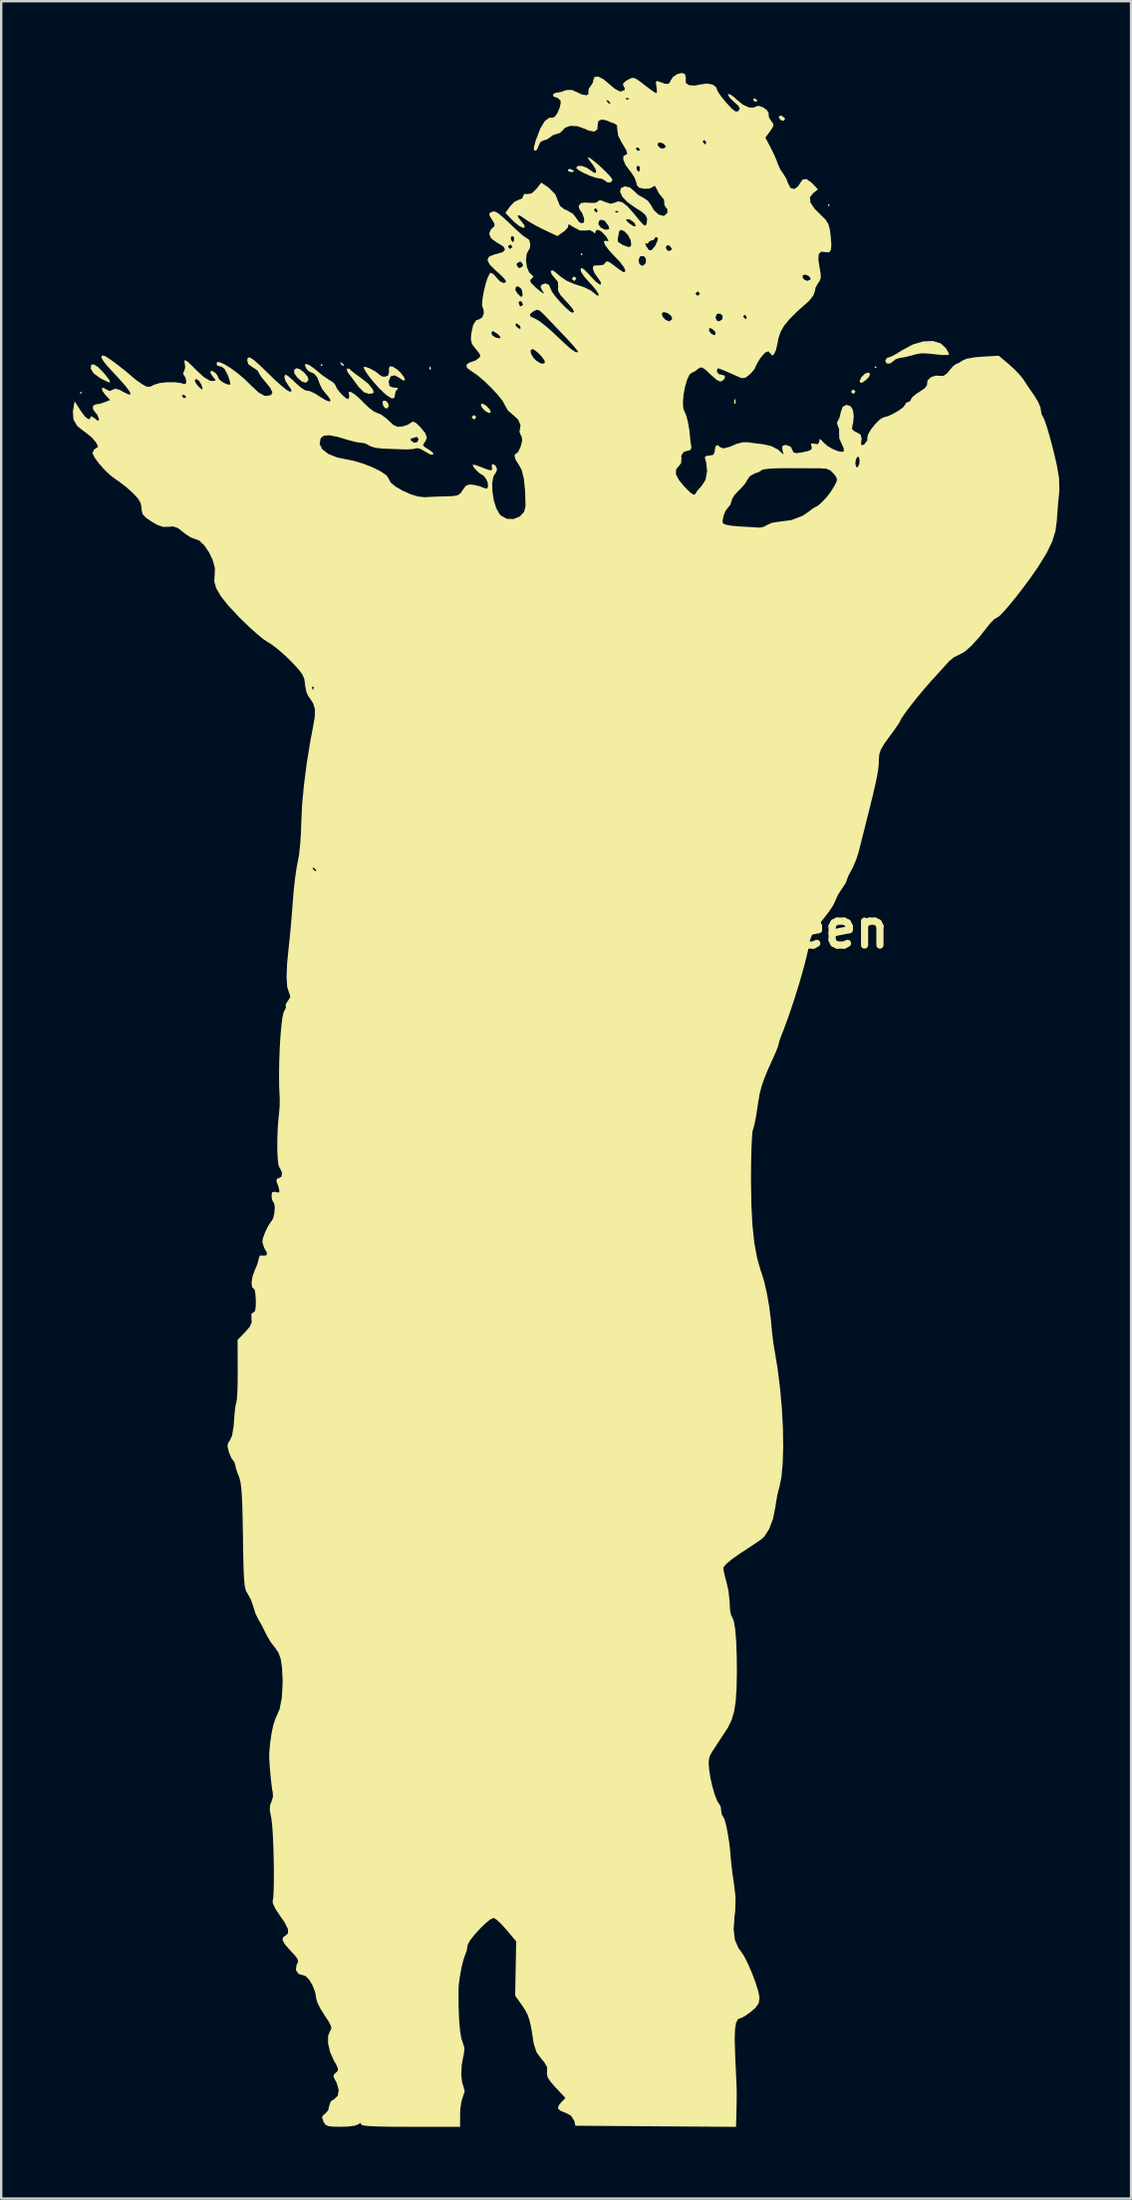
<source format=kicad_pcb>
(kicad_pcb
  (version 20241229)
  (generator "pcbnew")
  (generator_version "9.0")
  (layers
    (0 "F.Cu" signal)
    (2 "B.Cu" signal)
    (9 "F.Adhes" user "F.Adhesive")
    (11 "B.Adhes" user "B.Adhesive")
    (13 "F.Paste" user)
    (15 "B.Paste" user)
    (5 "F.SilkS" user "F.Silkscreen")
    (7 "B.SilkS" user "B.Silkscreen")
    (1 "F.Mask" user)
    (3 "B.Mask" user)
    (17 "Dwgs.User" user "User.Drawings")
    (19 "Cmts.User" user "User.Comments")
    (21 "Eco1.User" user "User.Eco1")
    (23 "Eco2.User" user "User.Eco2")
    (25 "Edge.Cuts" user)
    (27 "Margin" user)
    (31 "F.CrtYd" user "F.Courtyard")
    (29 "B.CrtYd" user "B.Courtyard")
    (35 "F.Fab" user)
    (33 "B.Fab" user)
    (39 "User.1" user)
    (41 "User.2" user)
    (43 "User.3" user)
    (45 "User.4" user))
  (footprint "SAIM_PIC_Silkscreen"
    (layer "F.Cu")
    (at 22.789 35.785)
    (property "Reference" "SAIM_PIC_Silkscreen" (at 0 0 0) (layer "F.SilkS") (effects (font (size 1.5 1.5) (thickness 0.3))))
    (attr board_only exclude_from_pos_files exclude_from_bom)
    (fp_poly (pts (xy -22.414 -22.414) (xy -22.459 -22.37) (xy -22.504 -22.414) (xy -22.459 -22.459)) (stroke (width 0) (type solid)) (fill yes) (layer "F.SilkS"))
    (fp_poly (pts (xy -12.344 -23.573) (xy -12.388 -23.528) (xy -12.433 -23.573) (xy -12.388 -23.618)) (stroke (width 0) (type solid)) (fill yes) (layer "F.SilkS"))
    (fp_poly (pts (xy -1.471 -28.207) (xy -1.515 -28.163) (xy -1.56 -28.207) (xy -1.515 -28.252)) (stroke (width 0) (type solid)) (fill yes) (layer "F.SilkS"))
    (fp_poly (pts (xy 8.868 -30.257) (xy 8.823 -30.213) (xy 8.779 -30.257) (xy 8.823 -30.302)) (stroke (width 0) (type solid)) (fill yes) (layer "F.SilkS"))
    (fp_poly (pts (xy 10.828 -23.484) (xy 10.784 -23.439) (xy 10.739 -23.484) (xy 10.784 -23.528)) (stroke (width 0) (type solid)) (fill yes) (layer "F.SilkS"))
    (fp_poly (pts (xy -7.828 -23.499) (xy -7.817 -23.393) (xy -7.828 -23.38) (xy -7.881 -23.392) (xy -7.887 -23.439) (xy -7.855 -23.513)) (stroke (width 0) (type solid)) (fill yes) (layer "F.SilkS"))
    (fp_poly (pts (xy 4.918 -22.119) (xy 4.929 -21.98) (xy 4.911 -21.948) (xy 4.871 -21.975) (xy 4.864 -22.065) (xy 4.886 -22.16)) (stroke (width 0) (type solid)) (fill yes) (layer "F.SilkS"))
    (fp_poly (pts (xy -11.555 -23.671) (xy -11.46 -23.588) (xy -11.452 -23.568) (xy -11.495 -23.531) (xy -11.583 -23.613) (xy -11.594 -23.631) (xy -11.605 -23.692)) (stroke (width 0) (type solid)) (fill yes) (layer "F.SilkS"))
    (fp_poly (pts (xy -9.612 -21.985) (xy -9.581 -21.874) (xy -9.631 -21.76) (xy -9.735 -21.772) (xy -9.817 -21.883) (xy -9.838 -22.03) (xy -9.82 -22.071) (xy -9.714 -22.082)) (stroke (width 0) (type solid)) (fill yes) (layer "F.SilkS"))
    (fp_poly (pts (xy -5.929 -21.411) (xy -5.927 -21.389) (xy -5.994 -21.303) (xy -6.016 -21.3) (xy -6.102 -21.368) (xy -6.105 -21.389) (xy -6.037 -21.476) (xy -6.016 -21.479)) (stroke (width 0) (type solid)) (fill yes) (layer "F.SilkS"))
    (fp_poly (pts (xy -1.961 -31.76) (xy -1.843 -31.697) (xy -1.827 -31.674) (xy -1.9 -31.642) (xy -1.961 -31.639) (xy -2.079 -31.685) (xy -2.094 -31.725) (xy -2.029 -31.774)) (stroke (width 0) (type solid)) (fill yes) (layer "F.SilkS"))
    (fp_poly (pts (xy -1.74 -27.204) (xy -1.738 -27.182) (xy -1.806 -27.096) (xy -1.827 -27.093) (xy -1.914 -27.161) (xy -1.916 -27.182) (xy -1.848 -27.269) (xy -1.827 -27.272)) (stroke (width 0) (type solid)) (fill yes) (layer "F.SilkS"))
    (fp_poly (pts (xy 5.748 -34.713) (xy 5.833 -34.633) (xy 5.838 -34.619) (xy 5.769 -34.581) (xy 5.748 -34.58) (xy 5.663 -34.648) (xy 5.659 -34.674) (xy 5.714 -34.727)) (stroke (width 0) (type solid)) (fill yes) (layer "F.SilkS"))
    (fp_poly (pts (xy 6.862 -33.988) (xy 6.98 -33.901) (xy 6.996 -33.857) (xy 6.936 -33.782) (xy 6.815 -33.814) (xy 6.788 -33.837) (xy 6.729 -33.955) (xy 6.802 -34.002)) (stroke (width 0) (type solid)) (fill yes) (layer "F.SilkS"))
    (fp_poly (pts (xy 9.935 -22.48) (xy 9.937 -22.459) (xy 9.869 -22.372) (xy 9.848 -22.37) (xy 9.762 -22.438) (xy 9.759 -22.459) (xy 9.827 -22.545) (xy 9.848 -22.548)) (stroke (width 0) (type solid)) (fill yes) (layer "F.SilkS"))
    (fp_poly (pts (xy -5.488 -21.859) (xy -5.35 -21.709) (xy -5.312 -21.59) (xy -5.312 -21.59) (xy -5.397 -21.565) (xy -5.556 -21.662) (xy -5.694 -21.812) (xy -5.731 -21.931) (xy -5.648 -21.957)) (stroke (width 0) (type solid)) (fill yes) (layer "F.SilkS"))
    (fp_poly (pts (xy 10.555 -23.212) (xy 10.51 -23.085) (xy 10.398 -22.963) (xy 10.215 -22.831) (xy 10.125 -22.851) (xy 10.115 -22.911) (xy 10.183 -23.062) (xy 10.331 -23.206) (xy 10.466 -23.261)) (stroke (width 0) (type solid)) (fill yes) (layer "F.SilkS"))
    (fp_poly (pts (xy -13.268 -23.38) (xy -13.1 -23.24) (xy -12.97 -23.077) (xy -12.936 -22.948) (xy -12.936 -22.946) (xy -13.04 -22.834) (xy -13.208 -22.882) (xy -13.399 -23.042) (xy -13.527 -23.225) (xy -13.539 -23.372) (xy -13.434 -23.439) (xy -13.42 -23.439)) (stroke (width 0) (type solid)) (fill yes) (layer "F.SilkS"))
    (fp_poly (pts (xy -21.74 -23.49) (xy -21.509 -23.256) (xy -21.456 -23.194) (xy -21.279 -22.967) (xy -21.226 -22.856) (xy -21.306 -22.855) (xy -21.525 -22.96) (xy -21.657 -23.031) (xy -21.923 -23.224) (xy -22.041 -23.421) (xy -22.043 -23.43) (xy -22.025 -23.584) (xy -21.918 -23.601)) (stroke (width 0) (type solid)) (fill yes) (layer "F.SilkS"))
    (fp_poly (pts (xy -11.228 -23.419) (xy -11.202 -23.392) (xy -11.097 -23.295) (xy -10.897 -23.143) (xy -10.756 -23.044) (xy -10.443 -22.796) (xy -10.253 -22.568) (xy -10.205 -22.42) (xy -10.281 -22.382) (xy -10.42 -22.37) (xy -10.616 -22.436) (xy -10.83 -22.648) (xy -10.907 -22.749) (xy -11.083 -22.989) (xy -11.229 -23.182) (xy -11.28 -23.245) (xy -11.338 -23.373) (xy -11.323 -23.42)) (stroke (width 0) (type solid)) (fill yes) (layer "F.SilkS"))
    (fp_poly (pts (xy 13.506 -24.478) (xy 13.718 -24.283) (xy 13.82 -24.11) (xy 13.859 -24.013) (xy 13.779 -23.991) (xy 13.574 -23.993) (xy 13.391 -24.009) (xy 13.036 -24.047) (xy 12.802 -24.063) (xy 12.633 -24.056) (xy 12.471 -24.023) (xy 12.299 -23.975) (xy 12.036 -23.909) (xy 11.827 -23.874) (xy 11.792 -23.872) (xy 11.61 -23.809) (xy 11.536 -23.745) (xy 11.384 -23.635) (xy 11.246 -23.637) (xy 11.185 -23.749) (xy 11.185 -23.751) (xy 11.252 -23.869) (xy 11.31 -23.885) (xy 11.446 -23.932) (xy 11.673 -24.054) (xy 11.885 -24.188) (xy 12.335 -24.431) (xy 12.776 -24.561) (xy 13.177 -24.577)) (stroke (width 0) (type solid)) (fill yes) (layer "F.SilkS"))
    (fp_poly (pts (xy -1.133 -32.204) (xy -0.941 -32.056) (xy -0.712 -31.856) (xy -0.489 -31.642) (xy -0.313 -31.454) (xy -0.226 -31.33) (xy -0.223 -31.316) (xy -0.288 -31.214) (xy -0.422 -31.202) (xy -0.535 -31.282) (xy -0.661 -31.359) (xy -0.751 -31.371) (xy -0.933 -31.406) (xy -1.177 -31.492) (xy -1.43 -31.605) (xy -1.634 -31.719) (xy -1.735 -31.809) (xy -1.738 -31.821) (xy -1.67 -31.898) (xy -1.507 -31.897) (xy -1.308 -31.828) (xy -1.151 -31.721) (xy -0.987 -31.605) (xy -0.907 -31.621) (xy -0.919 -31.74) (xy -1.033 -31.932) (xy -1.077 -31.988) (xy -1.207 -32.158) (xy -1.255 -32.254) (xy -1.248 -32.262)) (stroke (width 0) (type solid)) (fill yes) (layer "F.SilkS"))
    (fp_poly (pts (xy -9.41 -23.505) (xy -9.222 -23.384) (xy -9.091 -23.262) (xy -8.944 -23.074) (xy -8.899 -22.95) (xy -8.953 -22.917) (xy -9.098 -23.006) (xy -9.131 -23.035) (xy -9.335 -23.144) (xy -9.498 -23.098) (xy -9.578 -22.913) (xy -9.581 -22.863) (xy -9.547 -22.695) (xy -9.411 -22.635) (xy -9.336 -22.63) (xy -9.196 -22.612) (xy -9.2 -22.579) (xy -9.202 -22.578) (xy -9.296 -22.462) (xy -9.313 -22.368) (xy -9.346 -22.201) (xy -9.454 -22.176) (xy -9.648 -22.294) (xy -9.772 -22.399) (xy -9.995 -22.616) (xy -10.221 -22.87) (xy -10.421 -23.121) (xy -10.567 -23.333) (xy -10.63 -23.469) (xy -10.625 -23.495) (xy -10.522 -23.489) (xy -10.34 -23.416) (xy -10.145 -23.309) (xy -10.004 -23.2) (xy -9.982 -23.173) (xy -9.856 -23.097) (xy -9.754 -23.083) (xy -9.608 -23.131) (xy -9.565 -23.297) (xy -9.574 -23.417) (xy -9.538 -23.519)) (stroke (width 0) (type solid)) (fill yes) (layer "F.SilkS"))
    (fp_poly (pts (xy 2.806 -35.738) (xy 2.814 -35.728) (xy 2.85 -35.561) (xy 2.84 -35.516) (xy 2.848 -35.36) (xy 2.992 -35.27) (xy 3.233 -35.259) (xy 3.412 -35.297) (xy 3.718 -35.343) (xy 3.97 -35.299) (xy 4.123 -35.178) (xy 4.148 -35.089) (xy 4.205 -34.971) (xy 4.351 -34.767) (xy 4.544 -34.535) (xy 4.764 -34.298) (xy 4.907 -34.183) (xy 5.004 -34.171) (xy 5.053 -34.206) (xy 5.102 -34.299) (xy 5.042 -34.411) (xy 4.858 -34.578) (xy 4.686 -34.743) (xy 4.608 -34.868) (xy 4.614 -34.901) (xy 4.71 -34.884) (xy 4.874 -34.764) (xy 4.959 -34.683) (xy 5.232 -34.459) (xy 5.492 -34.339) (xy 5.7 -34.34) (xy 5.764 -34.381) (xy 5.896 -34.409) (xy 6.076 -34.347) (xy 6.237 -34.233) (xy 6.312 -34.105) (xy 6.307 -34.068) (xy 6.326 -33.918) (xy 6.414 -33.781) (xy 6.506 -33.659) (xy 6.501 -33.548) (xy 6.393 -33.379) (xy 6.37 -33.347) (xy 6.173 -33.082) (xy 6.4 -32.65) (xy 6.542 -32.361) (xy 6.653 -32.101) (xy 6.688 -31.995) (xy 6.798 -31.748) (xy 6.906 -31.594) (xy 7.048 -31.366) (xy 7.12 -31.171) (xy 7.225 -30.976) (xy 7.381 -30.932) (xy 7.54 -31.041) (xy 7.604 -31.148) (xy 7.735 -31.33) (xy 7.897 -31.347) (xy 8.106 -31.197) (xy 8.16 -31.142) (xy 8.375 -30.914) (xy 8.171 -30.76) (xy 8.037 -30.585) (xy 8.056 -30.37) (xy 8.234 -30.104) (xy 8.488 -29.853) (xy 8.689 -29.655) (xy 8.806 -29.471) (xy 8.87 -29.23) (xy 8.903 -28.983) (xy 8.933 -28.606) (xy 8.913 -28.381) (xy 8.838 -28.283) (xy 8.704 -28.291) (xy 8.508 -28.312) (xy 8.406 -28.213) (xy 8.39 -27.98) (xy 8.434 -27.688) (xy 8.486 -27.387) (xy 8.489 -27.202) (xy 8.437 -27.076) (xy 8.39 -27.018) (xy 8.273 -26.811) (xy 8.244 -26.662) (xy 8.179 -26.481) (xy 8.019 -26.275) (xy 7.964 -26.223) (xy 7.513 -25.82) (xy 7.185 -25.494) (xy 6.957 -25.218) (xy 6.81 -24.961) (xy 6.72 -24.696) (xy 6.681 -24.485) (xy 6.619 -24.21) (xy 6.538 -24.028) (xy 6.455 -23.968) (xy 6.392 -24.047) (xy 6.301 -24.147) (xy 6.157 -24.09) (xy 5.978 -23.884) (xy 5.949 -23.84) (xy 5.823 -23.631) (xy 5.752 -23.486) (xy 5.747 -23.463) (xy 5.687 -23.361) (xy 5.543 -23.203) (xy 5.52 -23.181) (xy 5.338 -23.041) (xy 5.183 -23.026) (xy 5.098 -23.057) (xy 4.768 -23.205) (xy 4.477 -23.33) (xy 4.267 -23.414) (xy 4.186 -23.439) (xy 4.149 -23.367) (xy 4.144 -23.306) (xy 4.219 -23.197) (xy 4.322 -23.172) (xy 4.477 -23.129) (xy 4.474 -23.018) (xy 4.379 -22.914) (xy 4.279 -22.883) (xy 4.139 -22.951) (xy 3.924 -23.137) (xy 3.881 -23.178) (xy 3.666 -23.378) (xy 3.532 -23.468) (xy 3.435 -23.465) (xy 3.35 -23.402) (xy 3.196 -23.291) (xy 3.112 -23.26) (xy 3.003 -23.178) (xy 2.9 -22.964) (xy 2.813 -22.668) (xy 2.751 -22.337) (xy 2.724 -22.018) (xy 2.74 -21.759) (xy 2.792 -21.626) (xy 2.865 -21.459) (xy 2.937 -21.174) (xy 2.996 -20.83) (xy 3.024 -20.543) (xy 3.049 -20.303) (xy 3.08 -20.142) (xy 3.049 -20.025) (xy 2.986 -20.006) (xy 2.758 -19.943) (xy 2.655 -19.785) (xy 2.662 -19.671) (xy 2.65 -19.481) (xy 2.589 -19.391) (xy 2.441 -19.214) (xy 2.43 -19.012) (xy 2.561 -18.759) (xy 2.781 -18.493) (xy 3.023 -18.25) (xy 3.172 -18.148) (xy 3.235 -18.175) (xy 3.328 -18.322) (xy 3.492 -18.5) (xy 3.497 -18.505) (xy 3.667 -18.771) (xy 3.736 -19.126) (xy 3.7 -19.463) (xy 9.937 -19.463) (xy 9.966 -19.314) (xy 10.026 -19.295) (xy 10.095 -19.418) (xy 10.115 -19.573) (xy 10.087 -19.721) (xy 10.026 -19.741) (xy 9.958 -19.618) (xy 9.937 -19.463) (xy 3.7 -19.463) (xy 3.695 -19.503) (xy 3.67 -19.585) (xy 3.641 -19.732) (xy 3.732 -19.782) (xy 3.826 -19.785) (xy 3.999 -19.82) (xy 4.054 -19.958) (xy 4.055 -20.008) (xy 4.094 -20.186) (xy 4.188 -20.226) (xy 4.28 -20.138) (xy 4.414 -20.088) (xy 4.683 -20.154) (xy 4.96 -20.273) (xy 5.228 -20.344) (xy 5.45 -20.344) (xy 5.702 -20.307) (xy 6.018 -20.267) (xy 6.105 -20.258) (xy 6.436 -20.178) (xy 6.699 -20.039) (xy 6.72 -20.021) (xy 6.933 -19.83) (xy 6.884 -20.03) (xy 6.878 -20.183) (xy 6.995 -20.23) (xy 7.039 -20.231) (xy 7.229 -20.16) (xy 7.292 -20.042) (xy 7.347 -19.922) (xy 7.461 -19.887) (xy 7.681 -19.916) (xy 7.956 -19.976) (xy 8.089 -20.036) (xy 8.116 -20.121) (xy 8.093 -20.199) (xy 8.085 -20.296) (xy 8.199 -20.289) (xy 8.23 -20.28) (xy 8.38 -20.265) (xy 8.425 -20.372) (xy 8.425 -20.381) (xy 8.44 -20.48) (xy 8.502 -20.449) (xy 8.59 -20.349) (xy 8.766 -20.194) (xy 8.996 -20.058) (xy 9.224 -19.967) (xy 9.397 -19.943) (xy 9.453 -19.973) (xy 9.447 -20.102) (xy 9.358 -20.288) (xy 9.264 -20.513) (xy 9.257 -20.703) (xy 9.256 -20.906) (xy 9.21 -21.006) (xy 9.164 -21.159) (xy 9.205 -21.234) (xy 9.282 -21.4) (xy 9.328 -21.612) (xy 9.409 -21.833) (xy 9.569 -21.909) (xy 9.739 -21.851) (xy 9.831 -21.701) (xy 9.869 -21.45) (xy 9.846 -21.168) (xy 9.816 -21.055) (xy 9.796 -20.898) (xy 9.902 -20.799) (xy 9.986 -20.764) (xy 10.156 -20.665) (xy 10.196 -20.505) (xy 10.187 -20.417) (xy 10.173 -20.245) (xy 10.224 -20.215) (xy 10.314 -20.263) (xy 10.437 -20.422) (xy 10.436 -20.534) (xy 10.471 -20.683) (xy 10.6 -20.896) (xy 10.779 -21.119) (xy 10.966 -21.301) (xy 11.119 -21.389) (xy 11.136 -21.39) (xy 11.298 -21.433) (xy 11.52 -21.537) (xy 11.749 -21.671) (xy 11.93 -21.802) (xy 12.009 -21.899) (xy 12.009 -21.908) (xy 12.059 -22) (xy 12.121 -22.013) (xy 12.239 -22.076) (xy 12.254 -22.131) (xy 12.326 -22.241) (xy 12.507 -22.385) (xy 12.617 -22.452) (xy 12.838 -22.604) (xy 12.936 -22.735) (xy 12.935 -22.772) (xy 12.954 -22.929) (xy 13.094 -23.063) (xy 13.298 -23.132) (xy 13.439 -23.124) (xy 13.615 -23.116) (xy 13.766 -23.218) (xy 13.867 -23.343) (xy 14.019 -23.52) (xy 14.14 -23.613) (xy 14.158 -23.618) (xy 14.289 -23.672) (xy 14.392 -23.75) (xy 14.582 -23.835) (xy 14.925 -23.896) (xy 15.237 -23.923) (xy 15.935 -23.962) (xy 16.366 -23.599) (xy 16.63 -23.355) (xy 16.86 -23.107) (xy 16.972 -22.958) (xy 17.131 -22.716) (xy 17.331 -22.423) (xy 17.418 -22.3) (xy 17.576 -22.042) (xy 17.674 -21.809) (xy 17.691 -21.716) (xy 17.724 -21.519) (xy 17.772 -21.43) (xy 17.841 -21.292) (xy 17.939 -21.011) (xy 18.056 -20.616) (xy 18.184 -20.137) (xy 18.313 -19.605) (xy 18.359 -19.406) (xy 18.456 -18.838) (xy 18.468 -18.339) (xy 18.452 -18.158) (xy 18.412 -17.742) (xy 18.377 -17.292) (xy 18.363 -17.067) (xy 18.306 -16.631) (xy 18.17 -16.194) (xy 17.939 -15.716) (xy 17.596 -15.16) (xy 17.555 -15.098) (xy 17.276 -14.697) (xy 16.975 -14.288) (xy 16.672 -13.895) (xy 16.387 -13.545) (xy 16.143 -13.264) (xy 15.96 -13.078) (xy 15.86 -13.012) (xy 15.743 -12.945) (xy 15.577 -12.777) (xy 15.493 -12.67) (xy 15.127 -12.206) (xy 14.792 -11.837) (xy 14.506 -11.585) (xy 14.29 -11.467) (xy 14.29 -11.467) (xy 14.067 -11.36) (xy 13.847 -11.179) (xy 13.833 -11.163) (xy 13.67 -10.982) (xy 13.431 -10.718) (xy 13.161 -10.421) (xy 13.086 -10.338) (xy 12.817 -10.032) (xy 12.538 -9.696) (xy 12.274 -9.364) (xy 12.048 -9.066) (xy 11.886 -8.834) (xy 11.811 -8.699) (xy 11.809 -8.687) (xy 11.759 -8.595) (xy 11.625 -8.399) (xy 11.434 -8.135) (xy 11.363 -8.04) (xy 11.137 -7.726) (xy 11.002 -7.495) (xy 10.937 -7.293) (xy 10.918 -7.067) (xy 10.918 -7.016) (xy 10.912 -6.848) (xy 10.89 -6.653) (xy 10.849 -6.407) (xy 10.783 -6.088) (xy 10.687 -5.671) (xy 10.556 -5.134) (xy 10.386 -4.453) (xy 10.342 -4.278) (xy 10.243 -3.886) (xy 10.141 -3.481) (xy 10.08 -3.239) (xy 9.972 -2.897) (xy 9.833 -2.567) (xy 9.773 -2.454) (xy 9.653 -2.231) (xy 9.586 -2.068) (xy 9.581 -2.039) (xy 9.531 -1.916) (xy 9.406 -1.721) (xy 9.365 -1.665) (xy 9.208 -1.42) (xy 9.102 -1.188) (xy 9.093 -1.157) (xy 9.01 -0.985) (xy 8.841 -0.73) (xy 8.618 -0.439) (xy 8.56 -0.37) (xy 8.301 -0.032) (xy 8.117 0.268) (xy 8.039 0.476) (xy 7.944 0.959) (xy 7.793 1.563) (xy 7.601 2.242) (xy 7.381 2.951) (xy 7.147 3.646) (xy 6.912 4.282) (xy 6.831 4.484) (xy 6.758 4.689) (xy 6.729 4.816) (xy 6.694 4.936) (xy 6.604 5.162) (xy 6.512 5.368) (xy 6.284 5.874) (xy 6.122 6.27) (xy 6.008 6.604) (xy 5.928 6.927) (xy 5.867 7.286) (xy 5.846 7.436) (xy 5.788 7.81) (xy 5.727 8.13) (xy 5.672 8.343) (xy 5.654 8.388) (xy 5.629 8.52) (xy 5.608 8.802) (xy 5.59 9.206) (xy 5.578 9.703) (xy 5.571 10.265) (xy 5.571 10.488) (xy 5.586 11.519) (xy 5.632 12.395) (xy 5.711 13.135) (xy 5.826 13.76) (xy 5.978 14.291) (xy 6.015 14.392) (xy 6.128 14.762) (xy 6.238 15.25) (xy 6.334 15.793) (xy 6.402 16.332) (xy 6.418 16.503) (xy 6.456 16.907) (xy 6.507 17.313) (xy 6.554 17.602) (xy 6.686 18.399) (xy 6.79 19.232) (xy 6.864 20.074) (xy 6.907 20.894) (xy 6.918 21.663) (xy 6.897 22.352) (xy 6.843 22.931) (xy 6.754 23.37) (xy 6.731 23.439) (xy 6.676 23.656) (xy 6.622 23.963) (xy 6.596 24.152) (xy 6.497 24.651) (xy 6.335 25.085) (xy 6.128 25.41) (xy 6.004 25.525) (xy 5.835 25.64) (xy 5.564 25.821) (xy 5.24 26.035) (xy 5.102 26.125) (xy 4.774 26.355) (xy 4.538 26.552) (xy 4.42 26.693) (xy 4.413 26.723) (xy 4.438 26.891) (xy 4.502 27.154) (xy 4.546 27.308) (xy 4.629 27.681) (xy 4.675 28.085) (xy 4.679 28.204) (xy 4.696 28.484) (xy 4.74 28.694) (xy 4.773 28.756) (xy 4.849 28.926) (xy 4.908 29.264) (xy 4.951 29.757) (xy 4.975 30.396) (xy 4.981 31.059) (xy 4.969 31.748) (xy 4.932 32.292) (xy 4.866 32.722) (xy 4.763 33.072) (xy 4.619 33.373) (xy 4.539 33.501) (xy 4.372 33.753) (xy 4.235 33.962) (xy 4.188 34.035) (xy 4.074 34.211) (xy 3.931 34.426) (xy 3.833 34.616) (xy 3.799 34.835) (xy 3.82 35.153) (xy 3.823 35.174) (xy 3.881 35.532) (xy 3.967 35.9) (xy 4.066 36.232) (xy 4.165 36.479) (xy 4.244 36.592) (xy 4.305 36.709) (xy 4.322 36.852) (xy 4.352 37.036) (xy 4.401 37.113) (xy 4.462 37.228) (xy 4.531 37.477) (xy 4.6 37.818) (xy 4.661 38.207) (xy 4.705 38.601) (xy 4.718 38.768) (xy 4.749 39.114) (xy 4.802 39.54) (xy 4.861 39.933) (xy 4.927 40.505) (xy 4.912 41.046) (xy 4.886 41.268) (xy 4.845 41.834) (xy 4.899 42.276) (xy 5.051 42.622) (xy 5.151 42.751) (xy 5.289 42.961) (xy 5.452 43.285) (xy 5.618 43.672) (xy 5.766 44.068) (xy 5.876 44.42) (xy 5.926 44.677) (xy 5.927 44.706) (xy 5.892 44.919) (xy 5.762 45.107) (xy 5.58 45.267) (xy 5.36 45.427) (xy 5.189 45.526) (xy 5.137 45.542) (xy 5.023 45.589) (xy 4.946 45.742) (xy 4.902 46.018) (xy 4.89 46.434) (xy 4.906 47.009) (xy 4.907 47.031) (xy 4.927 47.489) (xy 4.946 47.905) (xy 4.961 48.235) (xy 4.97 48.433) (xy 4.97 48.438) (xy 4.974 48.659) (xy 4.972 48.989) (xy 4.965 49.362) (xy 4.964 49.397) (xy 4.946 50.089) (xy 1.586 50.066) (xy -1.774 50.042) (xy -1.825 49.827) (xy -1.963 49.618) (xy -2.157 49.515) (xy -2.412 49.41) (xy -2.508 49.308) (xy -2.461 49.177) (xy -2.38 49.082) (xy -2.19 48.88) (xy -2.597 48.45) (xy -2.824 48.191) (xy -2.939 48.005) (xy -2.965 47.846) (xy -2.956 47.783) (xy -2.961 47.584) (xy -3.078 47.381) (xy -3.188 47.257) (xy -3.398 46.972) (xy -3.513 46.623) (xy -3.534 46.5) (xy -3.607 46.029) (xy -3.677 45.69) (xy -3.758 45.435) (xy -3.865 45.22) (xy -4.006 45.006) (xy -4.292 44.604) (xy -4.271 43.469) (xy -4.249 42.334) (xy -4.662 41.843) (xy -4.881 41.602) (xy -5.07 41.426) (xy -5.191 41.353) (xy -5.196 41.353) (xy -5.334 41.418) (xy -5.54 41.586) (xy -5.775 41.816) (xy -6.002 42.067) (xy -6.182 42.3) (xy -6.277 42.474) (xy -6.283 42.509) (xy -6.323 42.743) (xy -6.364 42.847) (xy -6.448 43.076) (xy -6.533 43.415) (xy -6.605 43.8) (xy -6.651 44.162) (xy -6.661 44.339) (xy -6.659 45) (xy -6.638 45.581) (xy -6.599 46.055) (xy -6.543 46.395) (xy -6.493 46.547) (xy -6.414 46.785) (xy -6.438 47.051) (xy -6.457 47.126) (xy -6.528 47.507) (xy -6.546 47.902) (xy -6.509 48.241) (xy -6.452 48.411) (xy -6.402 48.611) (xy -6.474 48.818) (xy -6.541 49.032) (xy -6.585 49.342) (xy -6.595 49.565) (xy -6.595 50.087) (xy -8.667 50.087) (xy -9.37 50.085) (xy -9.91 50.077) (xy -10.302 50.063) (xy -10.561 50.042) (xy -10.701 50.013) (xy -10.739 49.98) (xy -10.766 49.918) (xy -10.846 49.98) (xy -10.994 50.038) (xy -11.276 50.076) (xy -11.582 50.086) (xy -11.914 50.081) (xy -12.114 50.056) (xy -12.227 49.999) (xy -12.298 49.894) (xy -12.313 49.862) (xy -12.37 49.688) (xy -12.312 49.588) (xy -12.247 49.548) (xy -12.109 49.388) (xy -12.076 49.235) (xy -12.005 49.023) (xy -11.867 48.934) (xy -11.711 48.791) (xy -11.672 48.553) (xy -11.752 48.261) (xy -11.816 48.143) (xy -11.894 47.981) (xy -11.856 47.879) (xy -11.792 47.826) (xy -11.712 47.746) (xy -11.706 47.647) (xy -11.782 47.477) (xy -11.873 47.319) (xy -12.034 46.96) (xy -12.118 46.598) (xy -12.117 46.285) (xy -12.03 46.076) (xy -11.98 45.984) (xy -12 45.861) (xy -12.104 45.668) (xy -12.26 45.432) (xy -12.439 45.145) (xy -12.566 44.887) (xy -12.613 44.72) (xy -12.657 44.459) (xy -12.764 44.18) (xy -12.907 43.938) (xy -13.055 43.786) (xy -13.13 43.759) (xy -13.352 43.694) (xy -13.465 43.531) (xy -13.438 43.324) (xy -13.422 43.295) (xy -13.371 43.178) (xy -13.397 43.062) (xy -13.521 42.902) (xy -13.673 42.742) (xy -13.917 42.467) (xy -14.022 42.277) (xy -13.993 42.153) (xy -13.903 42.098) (xy -13.788 41.993) (xy -13.801 41.806) (xy -13.944 41.525) (xy -14.128 41.261) (xy -14.323 40.969) (xy -14.426 40.746) (xy -14.433 40.643) (xy -14.408 40.482) (xy -14.392 40.179) (xy -14.384 39.772) (xy -14.385 39.297) (xy -14.394 38.792) (xy -14.409 38.293) (xy -14.43 37.836) (xy -14.457 37.458) (xy -14.488 37.197) (xy -14.499 37.144) (xy -14.556 36.845) (xy -14.543 36.639) (xy -14.489 36.509) (xy -14.422 36.284) (xy -14.43 36.119) (xy -14.462 35.953) (xy -14.497 35.666) (xy -14.532 35.317) (xy -14.561 34.963) (xy -14.578 34.662) (xy -14.579 34.491) (xy -14.542 34.056) (xy -14.481 33.631) (xy -14.403 33.268) (xy -14.318 33.016) (xy -14.293 32.969) (xy -14.144 32.623) (xy -14.051 32.136) (xy -14.018 31.54) (xy -14.02 31.371) (xy -14.045 30.878) (xy -14.099 30.522) (xy -14.193 30.261) (xy -14.337 30.054) (xy -14.355 30.034) (xy -14.527 29.805) (xy -14.694 29.518) (xy -14.724 29.455) (xy -14.863 29.173) (xy -15.004 28.921) (xy -15.032 28.876) (xy -15.155 28.626) (xy -15.242 28.345) (xy -15.339 28.056) (xy -15.477 27.806) (xy -15.531 27.72) (xy -15.573 27.609) (xy -15.605 27.451) (xy -15.628 27.223) (xy -15.646 26.901) (xy -15.66 26.462) (xy -15.671 25.885) (xy -15.678 25.396) (xy -15.69 24.677) (xy -15.705 24.114) (xy -15.724 23.684) (xy -15.749 23.364) (xy -15.781 23.131) (xy -15.823 22.964) (xy -15.853 22.885) (xy -15.946 22.641) (xy -15.995 22.452) (xy -15.998 22.423) (xy -16.047 22.272) (xy -16.08 22.24) (xy -16.16 22.128) (xy -16.252 21.918) (xy -16.267 21.873) (xy -16.325 21.641) (xy -16.298 21.491) (xy -16.23 21.4) (xy -16.132 21.187) (xy -16.068 20.801) (xy -16.05 20.562) (xy -16.024 20.222) (xy -15.99 19.948) (xy -15.956 19.793) (xy -15.951 19.782) (xy -15.93 19.662) (xy -15.913 19.399) (xy -15.901 19.028) (xy -15.897 18.584) (xy -15.897 18.436) (xy -15.903 17.186) (xy -15.587 16.861) (xy -15.392 16.634) (xy -15.313 16.456) (xy -15.32 16.289) (xy -15.328 16.098) (xy -15.248 16.042) (xy -15.175 15.987) (xy -15.142 15.803) (xy -15.139 15.552) (xy -15.155 15.284) (xy -15.183 15.106) (xy -15.207 15.062) (xy -15.292 14.987) (xy -15.317 14.797) (xy -15.281 14.546) (xy -15.193 14.299) (xy -15.085 14.041) (xy -15.023 13.827) (xy -15.017 13.776) (xy -14.97 13.659) (xy -14.839 13.662) (xy -14.694 13.655) (xy -14.676 13.541) (xy -14.788 13.341) (xy -14.789 13.34) (xy -14.868 13.099) (xy -14.842 12.933) (xy -14.749 12.681) (xy -14.624 12.426) (xy -14.505 12.242) (xy -14.473 12.21) (xy -14.407 12.081) (xy -14.363 11.867) (xy -14.347 11.642) (xy -14.369 11.483) (xy -14.391 11.454) (xy -14.461 11.33) (xy -14.482 11.174) (xy -14.458 11.015) (xy -14.355 10.993) (xy -14.295 11.009) (xy -14.186 11.028) (xy -14.15 10.971) (xy -14.186 10.807) (xy -14.281 10.539) (xy -14.249 10.444) (xy -14.18 10.427) (xy -14.066 10.361) (xy -14.043 10.206) (xy -14.116 10.032) (xy -14.148 9.995) (xy -14.195 9.858) (xy -14.226 9.583) (xy -14.242 9.21) (xy -14.24 8.778) (xy -14.223 8.326) (xy -14.188 7.894) (xy -14.171 7.754) (xy -14.143 7.423) (xy -14.139 7.105) (xy -14.142 7.041) (xy -14.163 6.601) (xy -14.168 6.095) (xy -14.16 5.554) (xy -14.14 5.011) (xy -14.11 4.5) (xy -14.071 4.054) (xy -14.026 3.704) (xy -13.976 3.485) (xy -13.952 3.436) (xy -13.88 3.298) (xy -13.891 3.236) (xy -13.882 3.136) (xy -13.796 3.01) (xy -13.696 2.852) (xy -13.734 2.699) (xy -13.751 2.67) (xy -13.827 2.425) (xy -13.853 2.017) (xy -13.831 1.453) (xy -13.767 0.802) (xy -13.724 0.404) (xy -13.676 -0.103) (xy -13.63 -0.653) (xy -13.594 -1.127) (xy -13.552 -1.623) (xy -13.498 -2.107) (xy -13.439 -2.525) (xy -13.433 -2.559) (xy -12.775 -2.559) (xy -12.753 -2.509) (xy -12.663 -2.414) (xy -12.612 -2.433) (xy -12.611 -2.446) (xy -12.674 -2.521) (xy -12.714 -2.549) (xy -12.775 -2.559) (xy -13.433 -2.559) (xy -13.382 -2.82) (xy -13.382 -2.82) (xy -13.328 -3.126) (xy -13.283 -3.549) (xy -13.251 -4.028) (xy -13.239 -4.412) (xy -13.206 -5.162) (xy -13.125 -6.03) (xy -13.004 -6.965) (xy -12.848 -7.916) (xy -12.742 -8.467) (xy -12.672 -8.88) (xy -12.668 -9.18) (xy -12.738 -9.421) (xy -12.891 -9.659) (xy -12.942 -9.722) (xy -13.021 -9.898) (xy -13.057 -10.071) (xy -12.789 -10.071) (xy -12.757 -9.998) (xy -12.73 -10.011) (xy -12.719 -10.117) (xy -12.73 -10.13) (xy -12.783 -10.118) (xy -12.789 -10.071) (xy -13.057 -10.071) (xy -13.075 -10.161) (xy -13.083 -10.24) (xy -13.11 -10.437) (xy -13.179 -10.612) (xy -13.316 -10.806) (xy -13.546 -11.061) (xy -13.693 -11.213) (xy -13.996 -11.501) (xy -14.3 -11.757) (xy -14.553 -11.939) (xy -14.626 -11.98) (xy -14.818 -12.107) (xy -15.096 -12.335) (xy -15.427 -12.632) (xy -15.776 -12.969) (xy -15.84 -13.033) (xy -16.288 -13.512) (xy -16.602 -13.907) (xy -16.795 -14.238) (xy -16.878 -14.527) (xy -16.863 -14.792) (xy -16.858 -14.815) (xy -16.852 -15.088) (xy -16.941 -15.412) (xy -17.097 -15.742) (xy -17.295 -16.032) (xy -17.509 -16.236) (xy -17.704 -16.309) (xy -17.863 -16.365) (xy -18.081 -16.507) (xy -18.179 -16.587) (xy -18.407 -16.761) (xy -18.596 -16.825) (xy -18.783 -16.811) (xy -19.009 -16.804) (xy -19.248 -16.884) (xy -19.496 -17.024) (xy -19.516 -17.038) (xy 4.381 -17.038) (xy 4.401 -16.95) (xy 4.514 -16.899) (xy 4.755 -16.854) (xy 5.077 -16.824) (xy 5.127 -16.822) (xy 5.471 -16.804) (xy 5.755 -16.787) (xy 5.923 -16.774) (xy 5.932 -16.773) (xy 6.108 -16.809) (xy 6.244 -16.886) (xy 6.453 -16.978) (xy 6.719 -17.02) (xy 6.729 -17.02) (xy 7.258 -17.089) (xy 7.729 -17.268) (xy 7.964 -17.427) (xy 8.149 -17.569) (xy 8.276 -17.643) (xy 8.291 -17.646) (xy 8.392 -17.708) (xy 8.557 -17.86) (xy 8.737 -18.054) (xy 8.884 -18.24) (xy 8.912 -18.282) (xy 9.076 -18.55) (xy 9.157 -18.716) (xy 9.163 -18.828) (xy 9.102 -18.935) (xy 9.034 -19.023) (xy 8.892 -19.168) (xy 8.72 -19.238) (xy 8.452 -19.257) (xy 8.39 -19.257) (xy 8.098 -19.256) (xy 7.694 -19.257) (xy 7.243 -19.259) (xy 7.006 -19.26) (xy 6.617 -19.254) (xy 6.297 -19.236) (xy 6.087 -19.207) (xy 6.025 -19.182) (xy 5.906 -19.101) (xy 5.732 -19.041) (xy 5.531 -18.932) (xy 5.433 -18.794) (xy 5.33 -18.619) (xy 5.145 -18.408) (xy 5.07 -18.339) (xy 4.886 -18.144) (xy 4.779 -17.967) (xy 4.768 -17.915) (xy 4.704 -17.724) (xy 4.641 -17.652) (xy 4.511 -17.481) (xy 4.416 -17.251) (xy 4.381 -17.038) (xy -19.516 -17.038) (xy -19.745 -17.196) (xy -19.872 -17.338) (xy -19.916 -17.501) (xy -19.919 -17.583) (xy -19.953 -17.797) (xy -20.077 -18.005) (xy -20.298 -18.238) (xy -20.57 -18.478) (xy -20.851 -18.694) (xy -20.988 -18.786) (xy -21.216 -18.955) (xy -21.465 -19.192) (xy -21.698 -19.453) (xy -21.877 -19.695) (xy -21.965 -19.876) (xy -21.969 -19.904) (xy -21.897 -20.046) (xy -21.832 -20.086) (xy -21.747 -20.141) (xy -21.768 -20.241) (xy -21.841 -20.361) (xy -22.019 -20.561) (xy -22.256 -20.75) (xy -22.281 -20.766) (xy -22.604 -21.018) (xy -22.767 -21.294) (xy -22.789 -21.628) (xy -22.778 -21.704) (xy -22.719 -22.058) (xy -22.476 -21.679) (xy -22.294 -21.431) (xy -22.154 -21.31) (xy -22.072 -21.326) (xy -22.058 -21.403) (xy -22.005 -21.43) (xy -21.88 -21.345) (xy -21.751 -21.244) (xy -21.705 -21.269) (xy -21.701 -21.32) (xy -21.765 -21.489) (xy -21.835 -21.568) (xy -21.948 -21.721) (xy -21.953 -21.86) (xy -21.848 -21.924) (xy -21.841 -21.924) (xy -21.666 -21.955) (xy -21.471 -22.016) (xy -21.23 -22.108) (xy -21.397 -22.286) (xy -18.226 -22.286) (xy -18.161 -22.195) (xy -18.136 -22.192) (xy -18.05 -22.222) (xy -18.047 -22.231) (xy -18.11 -22.307) (xy -18.136 -22.325) (xy -18.219 -22.318) (xy -18.226 -22.286) (xy -21.397 -22.286) (xy -21.436 -22.328) (xy -21.559 -22.497) (xy -21.579 -22.607) (xy -21.504 -22.622) (xy -21.392 -22.55) (xy -21.242 -22.484) (xy -21.132 -22.54) (xy -21.009 -22.586) (xy -20.831 -22.532) (xy -20.686 -22.453) (xy -20.465 -22.342) (xy -20.376 -22.348) (xy -20.417 -22.466) (xy -20.588 -22.695) (xy -20.886 -23.031) (xy -20.988 -23.14) (xy -21.311 -23.489) (xy -21.512 -23.733) (xy -21.599 -23.885) (xy -21.582 -23.96) (xy -21.51 -23.974) (xy -21.399 -23.921) (xy -21.19 -23.782) (xy -20.923 -23.585) (xy -20.634 -23.358) (xy -20.364 -23.131) (xy -20.275 -23.052) (xy -20.105 -22.918) (xy -19.889 -22.769) (xy -19.7 -22.666) (xy -19.556 -22.667) (xy -19.399 -22.745) (xy -19.176 -22.817) (xy -18.862 -22.854) (xy -18.529 -22.854) (xy -18.252 -22.816) (xy -18.141 -22.774) (xy -18.066 -22.796) (xy -18.047 -22.894) (xy -18.053 -22.918) (xy -17.691 -22.918) (xy -17.637 -22.8) (xy -17.518 -22.654) (xy -17.402 -22.556) (xy -17.375 -22.548) (xy -17.374 -22.619) (xy -17.413 -22.744) (xy -17.503 -22.898) (xy -17.609 -22.982) (xy -17.682 -22.964) (xy -17.691 -22.918) (xy -18.053 -22.918) (xy -18.089 -23.068) (xy -18.141 -23.13) (xy -18.184 -23.231) (xy -18.145 -23.296) (xy -18.093 -23.462) (xy -18.106 -23.6) (xy -18.13 -23.742) (xy -18.09 -23.777) (xy -17.971 -23.696) (xy -17.757 -23.492) (xy -17.618 -23.35) (xy -17.314 -23.071) (xy -17.073 -22.924) (xy -16.98 -22.905) (xy -16.838 -22.914) (xy -16.839 -22.972) (xy -16.934 -23.083) (xy -17.034 -23.232) (xy -17.039 -23.319) (xy -16.937 -23.319) (xy -16.808 -23.224) (xy -16.72 -23.091) (xy -16.711 -23.042) (xy -16.642 -22.943) (xy -16.487 -22.834) (xy -16.317 -22.758) (xy -16.207 -22.755) (xy -16.205 -22.756) (xy -16.213 -22.853) (xy -16.275 -23.055) (xy -16.316 -23.162) (xy -16.449 -23.414) (xy -16.579 -23.509) (xy -16.6 -23.508) (xy -16.742 -23.546) (xy -16.776 -23.595) (xy -16.767 -23.695) (xy -16.649 -23.692) (xy -16.448 -23.603) (xy -16.189 -23.444) (xy -15.897 -23.229) (xy -15.597 -22.974) (xy -15.35 -22.731) (xy -15.029 -22.431) (xy -14.782 -22.292) (xy -14.709 -22.281) (xy -14.502 -22.317) (xy -14.446 -22.431) (xy -14.541 -22.628) (xy -14.698 -22.819) (xy -14.877 -23.034) (xy -14.993 -23.202) (xy -15.017 -23.263) (xy -15.089 -23.363) (xy -15.235 -23.453) (xy -15.455 -23.608) (xy -15.503 -23.789) (xy -15.465 -23.882) (xy -15.388 -23.891) (xy -15.228 -23.788) (xy -14.974 -23.566) (xy -14.625 -23.228) (xy -14.317 -22.93) (xy -14.043 -22.687) (xy -13.834 -22.521) (xy -13.718 -22.459) (xy -13.717 -22.459) (xy -13.641 -22.483) (xy -13.677 -22.577) (xy -13.763 -22.694) (xy -13.896 -22.905) (xy -13.948 -23.078) (xy -13.908 -23.166) (xy -13.881 -23.169) (xy -13.786 -23.109) (xy -13.611 -22.958) (xy -13.459 -22.811) (xy -13.246 -22.624) (xy -13.068 -22.514) (xy -12.99 -22.5) (xy -12.859 -22.476) (xy -12.643 -22.369) (xy -12.478 -22.262) (xy -12.215 -22.1) (xy -12.054 -22.046) (xy -12.011 -22.096) (xy -12.098 -22.245) (xy -12.196 -22.356) (xy -12.366 -22.573) (xy -12.469 -22.782) (xy -12.476 -22.809) (xy -12.57 -23.059) (xy -12.717 -23.225) (xy -12.823 -23.261) (xy -12.945 -23.329) (xy -13.036 -23.439) (xy -13.093 -23.583) (xy -13.035 -23.622) (xy -12.886 -23.562) (xy -12.671 -23.408) (xy -12.601 -23.346) (xy -12.353 -23.144) (xy -12.11 -22.976) (xy -12.054 -22.943) (xy -11.882 -22.828) (xy -11.809 -22.732) (xy -11.809 -22.731) (xy -11.755 -22.604) (xy -11.626 -22.433) (xy -11.468 -22.268) (xy -11.33 -22.161) (xy -11.27 -22.15) (xy -11.228 -22.261) (xy -11.243 -22.328) (xy -11.256 -22.448) (xy -11.166 -22.45) (xy -10.996 -22.343) (xy -10.765 -22.14) (xy -10.642 -22.013) (xy -10.407 -21.787) (xy -10.196 -21.627) (xy -10.058 -21.567) (xy -9.901 -21.505) (xy -9.692 -21.351) (xy -9.594 -21.259) (xy -9.387 -21.069) (xy -9.219 -20.993) (xy -9.023 -21.002) (xy -9.015 -21.003) (xy -8.788 -21.074) (xy -8.641 -21.169) (xy -8.555 -21.211) (xy -8.425 -21.139) (xy -8.263 -20.982) (xy -8.054 -20.729) (xy -7.985 -20.539) (xy -8.047 -20.378) (xy -8.088 -20.332) (xy -8.15 -20.221) (xy -8.066 -20.139) (xy -7.829 -19.988) (xy -7.724 -19.895) (xy -7.721 -19.834) (xy -7.729 -19.825) (xy -7.832 -19.833) (xy -8.012 -19.927) (xy -8.06 -19.959) (xy -8.261 -20.07) (xy -8.413 -20.098) (xy -8.432 -20.091) (xy -8.574 -20.058) (xy -8.825 -20.044) (xy -8.99 -20.047) (xy -9.365 -20.061) (xy -9.753 -20.076) (xy -9.866 -20.081) (xy -10.14 -20.113) (xy -10.346 -20.176) (xy -10.396 -20.209) (xy -10.572 -20.299) (xy -10.709 -20.32) (xy -10.92 -20.347) (xy -11.201 -20.416) (xy -11.281 -20.441) (xy -8.662 -20.441) (xy -8.645 -20.409) (xy -8.521 -20.324) (xy -8.389 -20.352) (xy -8.333 -20.463) (xy -8.386 -20.564) (xy -8.474 -20.552) (xy -8.619 -20.505) (xy -8.657 -20.498) (xy -8.662 -20.441) (xy -11.281 -20.441) (xy -11.293 -20.444) (xy -11.755 -20.58) (xy -12.08 -20.638) (xy -12.293 -20.619) (xy -12.417 -20.525) (xy -12.43 -20.502) (xy -12.471 -20.267) (xy -12.354 -20.044) (xy -12.1 -19.851) (xy -11.731 -19.707) (xy -11.427 -19.645) (xy -11.03 -19.565) (xy -10.621 -19.44) (xy -10.234 -19.287) (xy -9.908 -19.122) (xy -9.678 -18.963) (xy -9.582 -18.825) (xy -9.581 -18.813) (xy -9.502 -18.663) (xy -9.295 -18.492) (xy -9.005 -18.322) (xy -8.676 -18.176) (xy -8.354 -18.076) (xy -8.082 -18.046) (xy -8.066 -18.047) (xy -7.803 -18.062) (xy -7.452 -18.076) (xy -7.193 -18.082) (xy -6.88 -18.094) (xy -6.693 -18.13) (xy -6.577 -18.21) (xy -6.483 -18.351) (xy -6.358 -18.523) (xy -6.21 -18.578) (xy -6.019 -18.561) (xy -5.778 -18.507) (xy -5.61 -18.439) (xy -5.6 -18.432) (xy -5.483 -18.4) (xy -5.425 -18.493) (xy -5.442 -18.665) (xy -5.486 -18.769) (xy -5.593 -18.927) (xy -5.671 -18.983) (xy -5.771 -19.038) (xy -5.908 -19.164) (xy -6.027 -19.303) (xy -6.073 -19.397) (xy -6.069 -19.405) (xy -5.974 -19.396) (xy -5.778 -19.33) (xy -5.703 -19.3) (xy -5.427 -19.195) (xy -5.285 -19.171) (xy -5.252 -19.229) (xy -5.271 -19.295) (xy -5.265 -19.409) (xy -5.22 -19.429) (xy -5.107 -19.36) (xy -5.05 -19.217) (xy -5.086 -19.093) (xy -5.096 -19.086) (xy -5.205 -18.916) (xy -5.253 -18.631) (xy -5.244 -18.28) (xy -5.184 -17.912) (xy -5.079 -17.578) (xy -4.934 -17.325) (xy -4.893 -17.282) (xy -4.64 -17.144) (xy -4.36 -17.135) (xy -4.103 -17.237) (xy -3.919 -17.432) (xy -3.859 -17.667) (xy -3.878 -18.33) (xy -3.931 -18.832) (xy -4.021 -19.187) (xy -4.127 -19.382) (xy -4.271 -19.61) (xy -4.321 -19.786) (xy -4.266 -19.871) (xy -4.24 -19.874) (xy -4.162 -19.95) (xy -4.072 -20.138) (xy -4.054 -20.19) (xy -3.995 -20.436) (xy -4.027 -20.592) (xy -4.055 -20.631) (xy -4.115 -20.785) (xy -4.099 -20.856) (xy -4.067 -21.06) (xy -4.167 -21.288) (xy -4.372 -21.485) (xy -4.398 -21.501) (xy -4.598 -21.676) (xy -4.717 -21.884) (xy -4.718 -21.888) (xy -4.814 -22.068) (xy -5.014 -22.321) (xy -5.279 -22.608) (xy -5.573 -22.893) (xy -5.857 -23.136) (xy -6.096 -23.301) (xy -6.116 -23.312) (xy -6.304 -23.453) (xy -6.333 -23.585) (xy -6.202 -23.679) (xy -6.142 -23.694) (xy -5.932 -23.772) (xy -5.781 -23.894) (xy -5.748 -23.972) (xy -5.804 -24.075) (xy -5.89 -24.182) (xy -3.648 -24.182) (xy -3.625 -24.04) (xy -3.528 -23.873) (xy -3.4 -23.749) (xy -3.215 -23.637) (xy -3.102 -23.633) (xy -3.048 -23.674) (xy -3.066 -23.765) (xy -3.176 -23.918) (xy -3.332 -24.081) (xy -3.487 -24.205) (xy -3.579 -24.241) (xy -3.648 -24.182) (xy -5.89 -24.182) (xy -5.939 -24.242) (xy -5.963 -24.269) (xy -6.102 -24.456) (xy -6.146 -24.658) (xy -6.129 -24.884) (xy -6.115 -24.952) (xy -5.289 -24.952) (xy -5.254 -24.819) (xy -5.103 -24.719) (xy -4.946 -24.691) (xy -4.896 -24.73) (xy -4.999 -24.847) (xy -5.033 -24.876) (xy -5.207 -24.988) (xy -5.288 -24.954) (xy -5.289 -24.952) (xy -6.115 -24.952) (xy -6.051 -25.244) (xy -6.041 -25.26) (xy -4.285 -25.26) (xy -4.232 -25.175) (xy -4.115 -25.084) (xy -4.06 -25.112) (xy -4.096 -25.216) (xy -4.217 -25.306) (xy -4.25 -25.311) (xy -4.285 -25.26) (xy -6.041 -25.26) (xy -5.927 -25.441) (xy -5.788 -25.489) (xy -5.668 -25.563) (xy -5.614 -25.704) (xy -3.671 -25.704) (xy -3.66 -25.609) (xy -3.478 -25.519) (xy -3.451 -25.509) (xy -3.282 -25.411) (xy -3.03 -25.217) (xy -2.735 -24.961) (xy -2.559 -24.795) (xy -2.206 -24.459) (xy -1.956 -24.241) (xy -1.788 -24.127) (xy -1.686 -24.104) (xy -1.658 -24.118) (xy -1.701 -24.191) (xy -1.843 -24.362) (xy -2.061 -24.604) (xy -2.237 -24.791) (xy -2.44 -25.003) (xy 3.816 -25.003) (xy 3.905 -24.885) (xy 4.024 -24.822) (xy 4.074 -24.832) (xy 4.092 -24.928) (xy 4.021 -25.026) (xy 3.889 -25.114) (xy 3.822 -25.107) (xy 3.816 -25.003) (xy -2.44 -25.003) (xy -2.531 -25.099) (xy -2.806 -25.387) (xy -3.021 -25.612) (xy -3.093 -25.688) (xy -3.152 -25.743) (xy 1.841 -25.743) (xy 1.868 -25.605) (xy 1.992 -25.466) (xy 2.145 -25.4) (xy 2.15 -25.4) (xy 2.258 -25.472) (xy 2.273 -25.537) (xy 2.264 -25.552) (xy 4.084 -25.552) (xy 4.149 -25.428) (xy 4.233 -25.4) (xy 4.348 -25.465) (xy 4.372 -25.497) (xy 4.381 -25.613) (xy 5.244 -25.613) (xy 5.258 -25.578) (xy 5.338 -25.493) (xy 5.353 -25.489) (xy 5.391 -25.558) (xy 5.392 -25.578) (xy 5.323 -25.664) (xy 5.298 -25.667) (xy 5.244 -25.613) (xy 4.381 -25.613) (xy 4.382 -25.633) (xy 4.288 -25.724) (xy 4.159 -25.713) (xy 4.134 -25.693) (xy 4.084 -25.552) (xy 2.264 -25.552) (xy 2.21 -25.653) (xy 2.069 -25.748) (xy 1.921 -25.787) (xy 1.841 -25.743) (xy -3.152 -25.743) (xy -3.263 -25.846) (xy -3.386 -25.885) (xy -3.517 -25.827) (xy -3.671 -25.704) (xy -5.614 -25.704) (xy -5.604 -25.731) (xy -5.618 -25.912) (xy -5.651 -25.97) (xy -5.677 -26.107) (xy -5.672 -26.163) (xy -4.144 -26.163) (xy -4.098 -26.041) (xy -4.055 -26.024) (xy -3.969 -26.088) (xy -3.966 -26.108) (xy -4.031 -26.228) (xy -4.055 -26.247) (xy -4.131 -26.226) (xy -4.144 -26.163) (xy -5.672 -26.163) (xy -5.656 -26.356) (xy -5.601 -26.663) (xy -5.591 -26.703) (xy -4.285 -26.703) (xy -4.182 -26.551) (xy -4.058 -26.43) (xy -4 -26.442) (xy -3.981 -26.508) (xy -4.009 -26.698) (xy -4.062 -26.789) (xy -4.191 -26.869) (xy -4.263 -26.832) (xy -4.285 -26.703) (xy -5.591 -26.703) (xy -5.524 -26.976) (xy -5.437 -27.24) (xy -5.352 -27.404) (xy -5.32 -27.429) (xy -5.21 -27.385) (xy -5.077 -27.235) (xy -5.075 -27.233) (xy -4.934 -27.078) (xy -4.789 -27.004) (xy -4.693 -27.029) (xy -4.679 -27.084) (xy -4.742 -27.18) (xy -4.906 -27.347) (xy -5.095 -27.515) (xy -5.347 -27.762) (xy -4.233 -27.762) (xy -4.162 -27.644) (xy -4.1 -27.628) (xy -3.981 -27.699) (xy -3.966 -27.762) (xy -4.037 -27.88) (xy -4.1 -27.895) (xy -4.218 -27.824) (xy -4.233 -27.762) (xy -5.347 -27.762) (xy -5.356 -27.771) (xy -5.453 -27.965) (xy -5.386 -28.104) (xy -5.154 -28.198) (xy -5.084 -28.213) (xy -4.81 -28.294) (xy -4.713 -28.402) (xy -4.782 -28.519) (xy -4.59 -28.519) (xy -4.522 -28.433) (xy -4.501 -28.43) (xy -4.414 -28.498) (xy -4.412 -28.519) (xy -4.479 -28.606) (xy -4.501 -28.608) (xy -4.587 -28.541) (xy -4.59 -28.519) (xy -4.782 -28.519) (xy -4.792 -28.535) (xy -5.046 -28.691) (xy -5.079 -28.707) (xy -5.298 -28.869) (xy -5.3 -28.873) (xy -4.479 -28.873) (xy -4.449 -28.775) (xy -4.38 -28.707) (xy -4.341 -28.774) (xy -4.341 -28.913) (xy -4.358 -28.941) (xy -4.443 -28.962) (xy -4.479 -28.873) (xy -5.3 -28.873) (xy -5.379 -29.062) (xy -5.308 -29.243) (xy -5.255 -29.29) (xy -5.155 -29.384) (xy -5.163 -29.489) (xy -5.246 -29.627) (xy -5.36 -29.814) (xy -5.375 -29.909) (xy -5.289 -29.965) (xy -5.247 -29.982) (xy -5.175 -29.995) (xy -5.088 -29.969) (xy -4.962 -29.886) (xy -4.775 -29.728) (xy -4.504 -29.478) (xy -4.174 -29.165) (xy -3.98 -28.994) (xy -3.833 -28.89) (xy -3.795 -28.876) (xy -3.707 -28.802) (xy -3.662 -28.637) (xy -3.675 -28.464) (xy -3.722 -28.386) (xy -3.813 -28.215) (xy -3.838 -27.954) (xy -3.802 -27.677) (xy -3.712 -27.456) (xy -3.654 -27.395) (xy -3.538 -27.288) (xy -3.565 -27.212) (xy -3.61 -27.182) (xy -3.671 -27.11) (xy -3.624 -27.006) (xy -3.452 -26.833) (xy -3.448 -26.829) (xy -3.242 -26.653) (xy -3.116 -26.568) (xy -3.088 -26.583) (xy -3.167 -26.696) (xy -3.232 -26.845) (xy -3.184 -26.931) (xy -3.026 -26.99) (xy -2.875 -26.92) (xy -2.807 -26.759) (xy -2.807 -26.759) (xy -2.749 -26.631) (xy -2.6 -26.43) (xy -2.399 -26.198) (xy -2.188 -25.98) (xy -2.005 -25.818) (xy -1.891 -25.756) (xy -1.829 -25.799) (xy -1.894 -25.931) (xy -2.091 -26.162) (xy -2.191 -26.267) (xy -2.405 -26.51) (xy -2.499 -26.686) (xy -2.494 -26.83) (xy -2.502 -27.039) (xy -2.621 -27.194) (xy -2.764 -27.363) (xy -2.807 -27.493) (xy -2.745 -27.539) (xy -2.646 -27.483) (xy -2.476 -27.343) (xy -2.411 -27.283) (xy -2.129 -27.091) (xy -1.776 -26.943) (xy -1.693 -26.921) (xy -1.39 -26.82) (xy -1.13 -26.689) (xy -1.048 -26.626) (xy -0.874 -26.486) (xy -0.797 -26.467) (xy -0.81 -26.548) (xy -0.817 -26.559) (xy 3.253 -26.559) (xy 3.321 -26.472) (xy 3.342 -26.469) (xy 3.429 -26.537) (xy 3.431 -26.559) (xy 3.363 -26.645) (xy 3.342 -26.648) (xy 3.256 -26.58) (xy 3.253 -26.559) (xy -0.817 -26.559) (xy -0.907 -26.704) (xy -1.081 -26.913) (xy -1.144 -26.978) (xy -1.395 -27.258) (xy -1.537 -27.47) (xy -1.56 -27.598) (xy -1.495 -27.628) (xy -1.406 -27.566) (xy -1.244 -27.406) (xy -1.103 -27.249) (xy -0.915 -27.055) (xy -0.767 -26.945) (xy -0.707 -26.938) (xy -0.712 -27.041) (xy -0.819 -27.199) (xy -0.824 -27.205) (xy -0.839 -27.227) (xy 7.729 -27.227) (xy 7.826 -27.125) (xy 7.937 -27.093) (xy 8.052 -27.145) (xy 8.066 -27.185) (xy 7.996 -27.289) (xy 7.853 -27.352) (xy 7.741 -27.333) (xy 7.729 -27.227) (xy -0.839 -27.227) (xy -0.969 -27.409) (xy -1.039 -27.584) (xy -1.031 -27.71) (xy -0.913 -27.742) (xy -0.823 -27.736) (xy -0.603 -27.763) (xy -0.524 -27.847) (xy -0.468 -27.912) (xy -0.359 -27.88) (xy -0.16 -27.738) (xy -0.134 -27.717) (xy 0.074 -27.561) (xy 0.222 -27.465) (xy 0.258 -27.45) (xy 0.322 -27.504) (xy 0.261 -27.656) (xy 0.088 -27.884) (xy 0.025 -27.951) (xy 0.867 -27.951) (xy 0.907 -27.795) (xy 1.018 -27.717) (xy 1.025 -27.717) (xy 1.135 -27.789) (xy 1.173 -27.857) (xy 1.177 -28.022) (xy 1.088 -28.128) (xy 0.961 -28.126) (xy 0.924 -28.098) (xy 0.867 -27.951) (xy 0.025 -27.951) (xy -0.134 -28.118) (xy -0.38 -28.383) (xy -0.533 -28.594) (xy -0.584 -28.731) (xy -0.522 -28.774) (xy -0.445 -28.754) (xy -0.387 -28.764) (xy -0.427 -28.842) (xy -0.008 -28.842) (xy 0.015 -28.716) (xy 0.2 -28.598) (xy 0.237 -28.582) (xy 0.436 -28.51) (xy 0.527 -28.52) (xy 0.563 -28.619) (xy 0.563 -28.621) (xy 0.557 -28.66) (xy 1.143 -28.66) (xy 1.197 -28.53) (xy 1.308 -28.374) (xy 1.413 -28.373) (xy 1.503 -28.482) (xy 2.005 -28.482) (xy 2.077 -28.359) (xy 2.146 -28.341) (xy 2.25 -28.393) (xy 2.252 -28.447) (xy 2.163 -28.565) (xy 2.057 -28.58) (xy 2.005 -28.482) (xy 1.503 -28.482) (xy 1.543 -28.53) (xy 1.586 -28.602) (xy 1.677 -28.813) (xy 1.65 -28.919) (xy 1.567 -28.914) (xy 1.56 -28.881) (xy 1.488 -28.797) (xy 1.426 -28.787) (xy 1.307 -28.736) (xy 1.292 -28.692) (xy 1.237 -28.642) (xy 1.194 -28.658) (xy 1.143 -28.66) (xy 0.557 -28.66) (xy 0.533 -28.805) (xy 0.429 -29.004) (xy 0.267 -29.172) (xy 0.127 -29.226) (xy 0.05 -29.155) (xy 0.045 -29.106) (xy 0.013 -28.909) (xy -0.008 -28.842) (xy -0.427 -28.842) (xy -0.451 -28.89) (xy -0.506 -28.967) (xy -0.68 -29.152) (xy -0.831 -29.23) (xy -0.924 -29.187) (xy -0.937 -29.121) (xy -0.962 -29.065) (xy -1.017 -29.133) (xy -1.169 -29.215) (xy -1.332 -29.197) (xy -1.578 -29.196) (xy -1.846 -29.335) (xy -1.848 -29.336) (xy -2.007 -29.438) (xy -2.071 -29.453) (xy -2.065 -29.435) (xy -2.088 -29.322) (xy -2.231 -29.173) (xy -2.263 -29.15) (xy -2.523 -28.965) (xy -3.089 -29.23) (xy -3.417 -29.396) (xy -3.546 -29.47) (xy -0.814 -29.47) (xy -0.726 -29.332) (xy -0.558 -29.242) (xy -0.476 -29.232) (xy -0.359 -29.258) (xy -0.379 -29.368) (xy -0.398 -29.406) (xy -0.554 -29.61) (xy -0.706 -29.649) (xy 0.34 -29.649) (xy 0.405 -29.56) (xy 0.481 -29.494) (xy 0.654 -29.38) (xy 0.745 -29.373) (xy 0.724 -29.468) (xy 0.67 -29.542) (xy 0.507 -29.656) (xy 0.412 -29.675) (xy 0.34 -29.649) (xy -0.706 -29.649) (xy -0.707 -29.649) (xy -0.779 -29.603) (xy -0.814 -29.47) (xy -3.546 -29.47) (xy -3.714 -29.567) (xy -3.898 -29.692) (xy -4.092 -29.822) (xy -4.185 -29.834) (xy -4.158 -29.738) (xy -4.054 -29.608) (xy -3.908 -29.42) (xy -3.89 -29.322) (xy -3.972 -29.313) (xy -4.128 -29.392) (xy -4.334 -29.556) (xy -4.405 -29.627) (xy -4.701 -29.932) (xy -4.506 -30.206) (xy -4.334 -30.386) (xy -4.164 -30.477) (xy -4.138 -30.48) (xy -3.994 -30.542) (xy -3.966 -30.624) (xy -3.911 -30.728) (xy -3.788 -30.722) (xy -3.606 -30.746) (xy -3.412 -30.928) (xy -3.404 -30.937) (xy -3.199 -31.199) (xy -2.895 -30.994) (xy -2.617 -30.716) (xy -2.516 -30.472) (xy -2.42 -30.23) (xy -2.238 -30.087) (xy -2.129 -30.043) (xy -1.875 -29.896) (xy -1.735 -29.715) (xy -1.623 -29.552) (xy -1.508 -29.5) (xy -1.41 -29.537) (xy -1.409 -29.68) (xy -1.423 -29.744) (xy -1.5 -29.943) (xy -1.58 -30.047) (xy -1.59 -30.069) (xy -0.994 -30.069) (xy -0.98 -30.034) (xy -0.9 -29.949) (xy -0.886 -29.945) (xy -0.853 -30.005) (xy -0.104 -30.005) (xy -0.092 -29.952) (xy -0.045 -29.945) (xy 0.029 -29.978) (xy 0.015 -30.005) (xy -0.091 -30.015) (xy -0.104 -30.005) (xy -0.853 -30.005) (xy -0.848 -30.014) (xy -0.847 -30.034) (xy -0.915 -30.12) (xy -0.941 -30.124) (xy -0.994 -30.069) (xy -1.59 -30.069) (xy -1.634 -30.167) (xy -1.619 -30.252) (xy -1.534 -30.346) (xy -1.352 -30.368) (xy -1.21 -30.355) (xy -0.945 -30.351) (xy -0.824 -30.414) (xy -0.822 -30.419) (xy -0.751 -30.473) (xy -0.585 -30.416) (xy -0.544 -30.395) (xy -0.304 -30.316) (xy -0.15 -30.355) (xy 0.018 -30.417) (xy 0.188 -30.379) (xy 0.387 -30.226) (xy 0.643 -29.941) (xy 0.724 -29.842) (xy 0.942 -29.576) (xy 1.076 -29.435) (xy 1.151 -29.4) (xy 1.194 -29.456) (xy 1.21 -29.513) (xy 1.228 -29.691) (xy 1.159 -29.842) (xy 0.976 -29.999) (xy 0.718 -30.16) (xy 0.401 -30.385) (xy 0.186 -30.615) (xy 0.094 -30.824) (xy 0.131 -30.967) (xy 0.296 -31.045) (xy 0.504 -30.998) (xy 0.69 -30.842) (xy 0.699 -30.83) (xy 0.868 -30.675) (xy 1.054 -30.575) (xy 1.26 -30.439) (xy 1.373 -30.281) (xy 1.516 -30.037) (xy 1.708 -29.866) (xy 1.898 -29.808) (xy 1.948 -29.819) (xy 2.076 -29.937) (xy 2.073 -30.092) (xy 1.999 -30.172) (xy 1.939 -30.294) (xy 1.949 -30.349) (xy 1.927 -30.496) (xy 1.857 -30.581) (xy 1.719 -30.753) (xy 1.634 -30.919) (xy 1.556 -31.062) (xy 1.486 -31.039) (xy 1.478 -31.027) (xy 1.34 -30.952) (xy 1.105 -30.941) (xy 0.89 -30.987) (xy 0.796 -31.096) (xy 0.775 -31.2) (xy 0.699 -31.411) (xy 0.541 -31.653) (xy 0.486 -31.718) (xy 0.415 -31.814) (xy 0.779 -31.814) (xy 0.809 -31.716) (xy 0.878 -31.648) (xy 0.917 -31.715) (xy 0.917 -31.855) (xy 0.901 -31.882) (xy 0.815 -31.903) (xy 0.779 -31.814) (xy 0.415 -31.814) (xy 0.322 -31.942) (xy 0.233 -32.151) (xy 0.231 -32.302) (xy 0.312 -32.352) (xy 0.393 -32.399) (xy 0.358 -32.549) (xy 0.314 -32.624) (xy 0.758 -32.624) (xy 0.822 -32.533) (xy 0.847 -32.53) (xy 0.933 -32.56) (xy 0.936 -32.569) (xy 0.873 -32.645) (xy 0.847 -32.664) (xy 0.765 -32.656) (xy 0.758 -32.624) (xy 0.314 -32.624) (xy 0.238 -32.753) (xy 1.669 -32.753) (xy 1.766 -32.651) (xy 1.877 -32.619) (xy 1.992 -32.67) (xy 2.005 -32.711) (xy 1.935 -32.814) (xy 1.793 -32.878) (xy 1.681 -32.859) (xy 1.669 -32.753) (xy 0.238 -32.753) (xy 0.202 -32.814) (xy 0.172 -32.859) (xy 0.14 -32.921) (xy 3.551 -32.921) (xy 3.565 -32.886) (xy 3.645 -32.801) (xy 3.659 -32.797) (xy 3.698 -32.866) (xy 3.699 -32.886) (xy 3.63 -32.972) (xy 3.604 -32.975) (xy 3.551 -32.921) (xy 0.14 -32.921) (xy 0.017 -33.155) (xy -0.019 -33.395) (xy -0.017 -33.405) (xy -0.036 -33.597) (xy -0.122 -33.659) (xy -0.321 -33.734) (xy -0.459 -33.796) (xy -0.667 -33.841) (xy -0.809 -33.777) (xy -0.838 -33.659) (xy -0.855 -33.426) (xy -0.982 -33.332) (xy -1.22 -33.376) (xy -1.387 -33.452) (xy -1.696 -33.56) (xy -1.987 -33.573) (xy -2.207 -33.494) (xy -2.276 -33.415) (xy -2.419 -33.276) (xy -2.532 -33.243) (xy -2.726 -33.178) (xy -2.807 -33.109) (xy -2.982 -32.995) (xy -3.084 -32.975) (xy -3.239 -32.895) (xy -3.306 -32.753) (xy -3.374 -32.586) (xy -3.441 -32.53) (xy -3.506 -32.561) (xy -3.508 -32.679) (xy -3.444 -32.919) (xy -3.424 -32.984) (xy -3.243 -33.458) (xy -3.056 -33.769) (xy -2.867 -33.913) (xy -2.736 -33.91) (xy -2.634 -33.956) (xy -2.523 -34.115) (xy -2.432 -34.328) (xy -2.387 -34.532) (xy -2.398 -34.635) (xy -2.407 -34.643) (xy -0.476 -34.643) (xy -0.454 -34.593) (xy -0.364 -34.498) (xy -0.313 -34.517) (xy -0.312 -34.53) (xy -0.375 -34.605) (xy -0.415 -34.633) (xy -0.476 -34.643) (xy -2.407 -34.643) (xy -2.499 -34.728) (xy 0.342 -34.728) (xy 0.354 -34.675) (xy 0.401 -34.669) (xy 0.474 -34.701) (xy 0.46 -34.728) (xy 0.355 -34.739) (xy 0.342 -34.728) (xy -2.499 -34.728) (xy -2.517 -34.745) (xy -2.582 -34.758) (xy -2.7 -34.808) (xy -2.702 -34.901) (xy -2.607 -34.95) (xy -2.363 -34.993) (xy -2.151 -35.07) (xy -1.923 -35.075) (xy -1.736 -34.994) (xy -1.492 -34.88) (xy -1.309 -34.851) (xy -1.224 -34.906) (xy -1.233 -34.974) (xy -1.214 -35.131) (xy -1.153 -35.208) (xy -1.042 -35.384) (xy -1.025 -35.482) (xy -0.97 -35.623) (xy -0.821 -35.635) (xy -0.6 -35.523) (xy -0.352 -35.315) (xy -0.135 -35.133) (xy 0.052 -35.025) (xy 0.13 -35.011) (xy 0.288 -35.07) (xy 0.287 -35.163) (xy 0.242 -35.225) (xy 0.213 -35.33) (xy 0.327 -35.442) (xy 0.406 -35.49) (xy 0.552 -35.566) (xy 0.669 -35.58) (xy 0.807 -35.516) (xy 1.017 -35.361) (xy 1.11 -35.288) (xy 1.349 -35.105) (xy 1.532 -34.978) (xy 1.613 -34.936) (xy 1.638 -35.012) (xy 1.619 -35.196) (xy 1.616 -35.213) (xy 1.591 -35.398) (xy 1.634 -35.449) (xy 1.716 -35.426) (xy 1.975 -35.333) (xy 2.12 -35.328) (xy 2.193 -35.416) (xy 2.207 -35.463) (xy 2.31 -35.619) (xy 2.487 -35.736) (xy 2.674 -35.785)) (stroke (width 0) (type solid)) (fill yes) (layer "F.SilkS")))
  (gr_rect
    (start -3 -3)
    (end 44.257 88.874)
    (stroke (width 0.1) (type default))
    (fill no)
    (layer "Edge.Cuts")))
</source>
